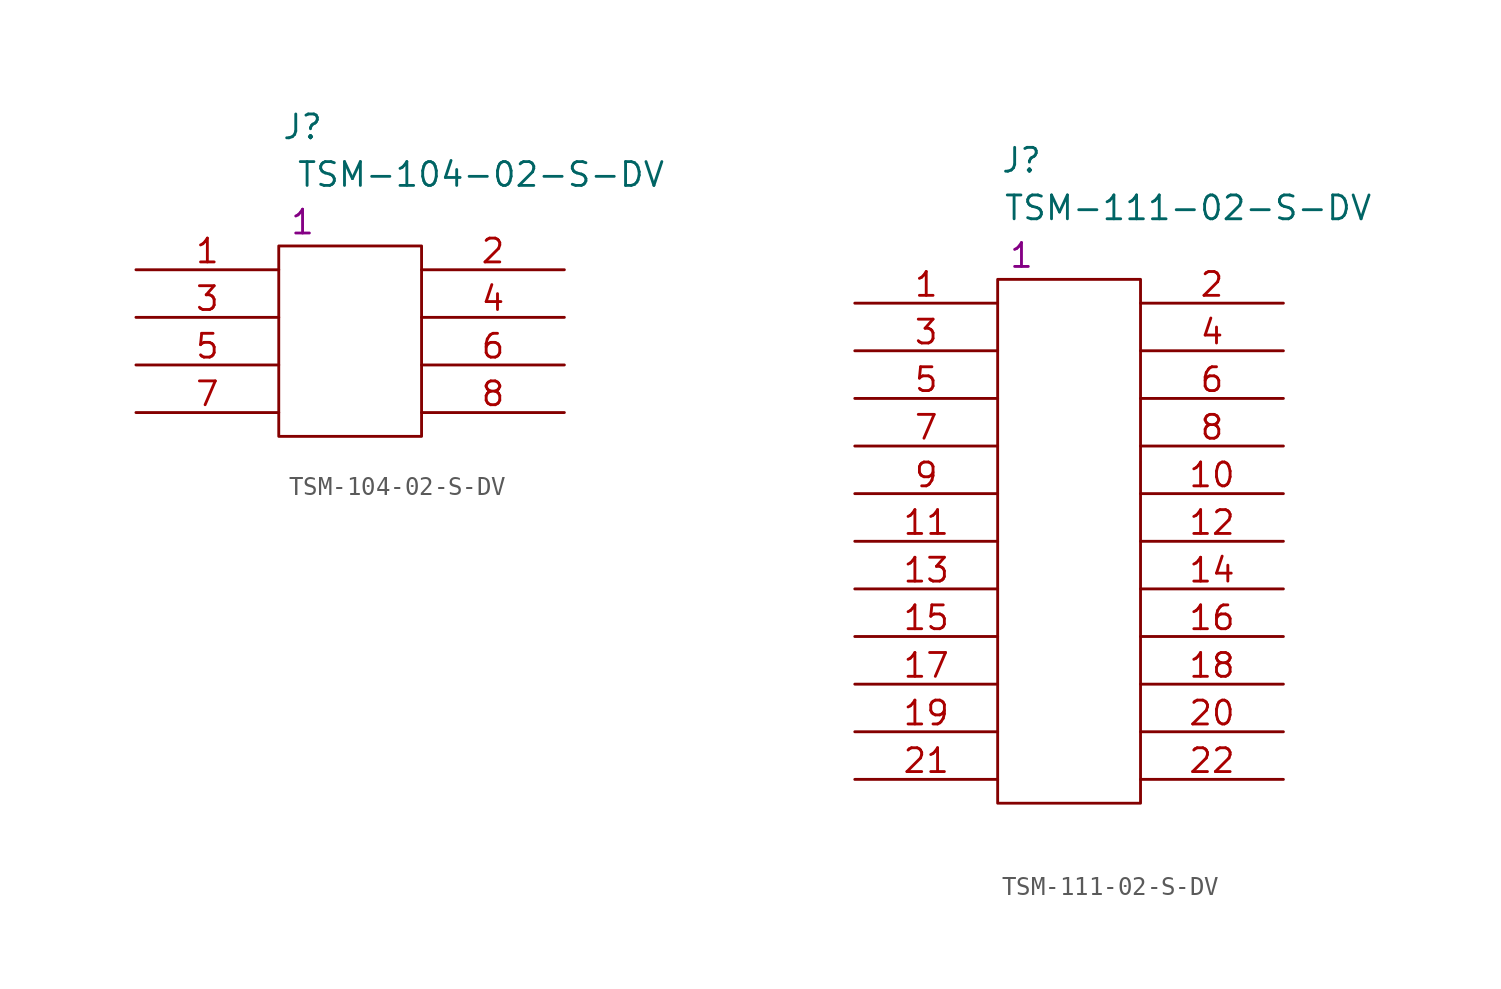
<source format=kicad_sym>
(kicad_symbol_lib
  (version 20211014)
  (generator kicad_symbol_editor)
  (symbol "TSM-104-02-S-DV"
    (pin_names
      (offset 1.016) hide)
    (property "Reference" "J"
      (at 8.89 7.62 0)
      (effects (font (size 1.27 1.27))))
    (property "Value" "TSM-104-02-S-DV"
      (at 18.415 5.08 0)
      (effects (font (size 1.27 1.27))))
    (property "Datasheet" ""
      (at 0 0 0)
      (effects (font (size 1.27 1.27))))
    (property "Qty" "1"
      (at 8.89 2.54 0)
      (effects (font (size 1.27 1.27))))
    (symbol "TSM-104-02-S-DV_0_1"
      (rectangle (start 7.62 1.27) (end 15.24 -8.89) (stroke (width 0) (type default) (color 0 0 0 0)) (fill (type none))))
    (symbol "TSM-104-02-S-DV_1_1"
      (pin passive line (at 0 0 0) (length 7.62) (name "1" (effects (font (size 1.27 1.27)))) (number "1" (effects (font (size 1.27 1.27)))))
      (pin passive line (at 22.86 0 180) (length 7.62) (name "2" (effects (font (size 1.27 1.27)))) (number "2" (effects (font (size 1.27 1.27)))))
      (pin passive line (at 0 -2.54 0) (length 7.62) (name "3" (effects (font (size 1.27 1.27)))) (number "3" (effects (font (size 1.27 1.27)))))
      (pin passive line (at 22.86 -2.54 180) (length 7.62) (name "4" (effects (font (size 1.27 1.27)))) (number "4" (effects (font (size 1.27 1.27)))))
      (pin passive line (at 0 -5.08 0) (length 7.62) (name "5" (effects (font (size 1.27 1.27)))) (number "5" (effects (font (size 1.27 1.27)))))
      (pin passive line (at 22.86 -5.08 180) (length 7.62) (name "6" (effects (font (size 1.27 1.27)))) (number "6" (effects (font (size 1.27 1.27)))))
      (pin passive line (at 0 -7.62 0) (length 7.62) (name "7" (effects (font (size 1.27 1.27)))) (number "7" (effects (font (size 1.27 1.27)))))
      (pin passive line (at 22.86 -7.62 180) (length 7.62) (name "8" (effects (font (size 1.27 1.27)))) (number "8" (effects (font (size 1.27 1.27)))))))
  (symbol "TSM-111-02-S-DV"
    (pin_names
      (offset 1.016) hide)
    (property "Reference" "J"
      (at 8.89 7.62 0)
      (effects (font (size 1.27 1.27))))
    (property "Value" "TSM-111-02-S-DV"
      (at 17.78 5.08 0)
      (effects (font (size 1.27 1.27))))
    (property "Datasheet" ""
      (at 0 0 0)
      (effects (font (size 1.27 1.27))))
    (property "Qty" "1"
      (at 8.89 2.54 0)
      (effects (font (size 1.27 1.27))))
    (symbol "TSM-111-02-S-DV_0_1"
      (rectangle (start 7.62 1.27) (end 15.24 -26.67) (stroke (width 0) (type default) (color 0 0 0 0)) (fill (type none))))
    (symbol "TSM-111-02-S-DV_1_1"
      (pin passive line (at 0 0 0) (length 7.62) (name "1" (effects (font (size 1.27 1.27)))) (number "1" (effects (font (size 1.27 1.27)))))
      (pin passive line (at 22.86 -10.16 180) (length 7.62) (name "10" (effects (font (size 1.27 1.27)))) (number "10" (effects (font (size 1.27 1.27)))))
      (pin passive line (at 0 -12.7 0) (length 7.62) (name "11" (effects (font (size 1.27 1.27)))) (number "11" (effects (font (size 1.27 1.27)))))
      (pin passive line (at 22.86 -12.7 180) (length 7.62) (name "12" (effects (font (size 1.27 1.27)))) (number "12" (effects (font (size 1.27 1.27)))))
      (pin passive line (at 0 -15.24 0) (length 7.62) (name "13" (effects (font (size 1.27 1.27)))) (number "13" (effects (font (size 1.27 1.27)))))
      (pin passive line (at 22.86 -15.24 180) (length 7.62) (name "14" (effects (font (size 1.27 1.27)))) (number "14" (effects (font (size 1.27 1.27)))))
      (pin passive line (at 0 -17.78 0) (length 7.62) (name "15" (effects (font (size 1.27 1.27)))) (number "15" (effects (font (size 1.27 1.27)))))
      (pin passive line (at 22.86 -17.78 180) (length 7.62) (name "16" (effects (font (size 1.27 1.27)))) (number "16" (effects (font (size 1.27 1.27)))))
      (pin passive line (at 0 -20.32 0) (length 7.62) (name "17" (effects (font (size 1.27 1.27)))) (number "17" (effects (font (size 1.27 1.27)))))
      (pin passive line (at 22.86 -20.32 180) (length 7.62) (name "18" (effects (font (size 1.27 1.27)))) (number "18" (effects (font (size 1.27 1.27)))))
      (pin passive line (at 0 -22.86 0) (length 7.62) (name "19" (effects (font (size 1.27 1.27)))) (number "19" (effects (font (size 1.27 1.27)))))
      (pin passive line (at 22.86 0 180) (length 7.62) (name "2" (effects (font (size 1.27 1.27)))) (number "2" (effects (font (size 1.27 1.27)))))
      (pin passive line (at 22.86 -22.86 180) (length 7.62) (name "20" (effects (font (size 1.27 1.27)))) (number "20" (effects (font (size 1.27 1.27)))))
      (pin passive line (at 0 -25.4 0) (length 7.62) (name "21" (effects (font (size 1.27 1.27)))) (number "21" (effects (font (size 1.27 1.27)))))
      (pin passive line (at 22.86 -25.4 180) (length 7.62) (name "22" (effects (font (size 1.27 1.27)))) (number "22" (effects (font (size 1.27 1.27)))))
      (pin passive line (at 0 -2.54 0) (length 7.62) (name "3" (effects (font (size 1.27 1.27)))) (number "3" (effects (font (size 1.27 1.27)))))
      (pin passive line (at 22.86 -2.54 180) (length 7.62) (name "4" (effects (font (size 1.27 1.27)))) (number "4" (effects (font (size 1.27 1.27)))))
      (pin passive line (at 0 -5.08 0) (length 7.62) (name "5" (effects (font (size 1.27 1.27)))) (number "5" (effects (font (size 1.27 1.27)))))
      (pin passive line (at 22.86 -5.08 180) (length 7.62) (name "6" (effects (font (size 1.27 1.27)))) (number "6" (effects (font (size 1.27 1.27)))))
      (pin passive line (at 0 -7.62 0) (length 7.62) (name "7" (effects (font (size 1.27 1.27)))) (number "7" (effects (font (size 1.27 1.27)))))
      (pin passive line (at 22.86 -7.62 180) (length 7.62) (name "8" (effects (font (size 1.27 1.27)))) (number "8" (effects (font (size 1.27 1.27)))))
      (pin passive line (at 0 -10.16 0) (length 7.62) (name "9" (effects (font (size 1.27 1.27)))) (number "9" (effects (font (size 1.27 1.27))))))))
</source>
